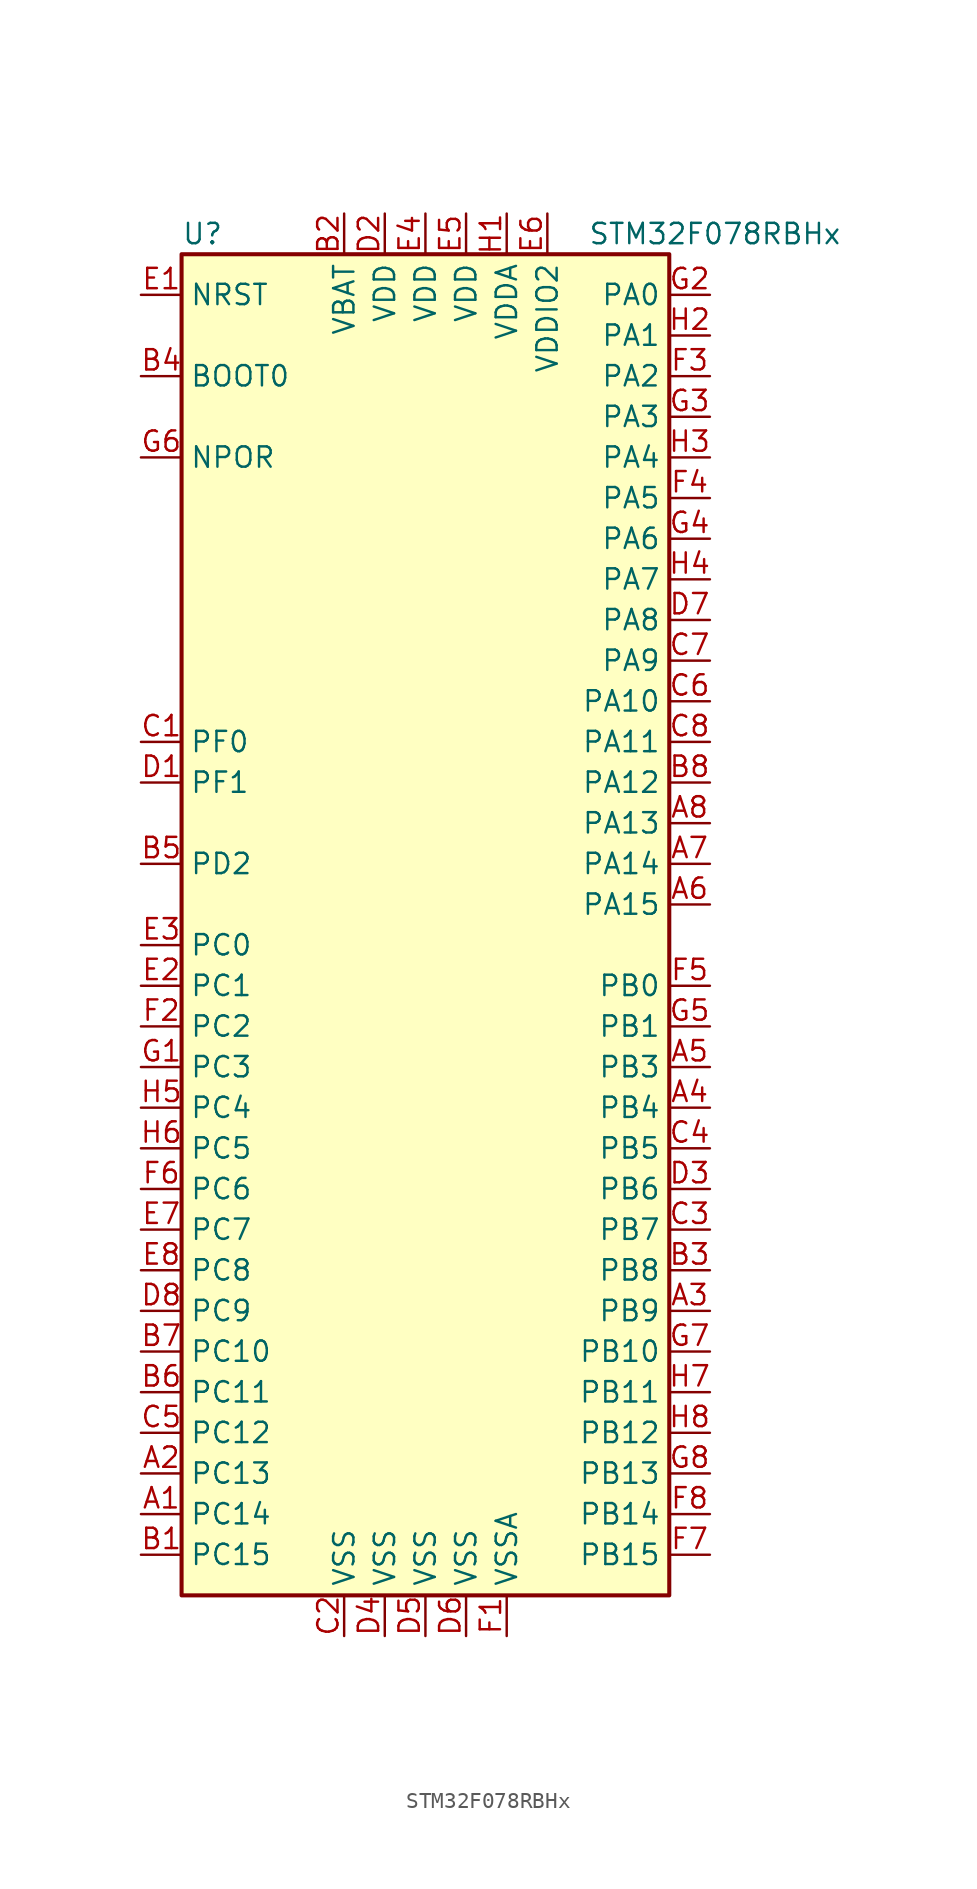
<source format=kicad_sym>
(kicad_symbol_lib
  (version 20201005)
  (generator kicad_symbol_editor)
  (symbol "STM32F078RBHx"
    (property "Reference" "U"
      (at -15.24 41.91 0)
      (effects (font (size 1.27 1.27)) (justify left)))
    (property "Value" "STM32F078RBHx"
      (at 10.16 41.91 0)
      (effects (font (size 1.27 1.27)) (justify left)))
    (symbol "STM32F078RBHx_0_1"
      (rectangle (start -15.24 -43.18) (end 15.24 40.64) (stroke (width 0.254)) (fill (type background))))
    (symbol "STM32F078RBHx_1_1"
      (pin input line (at -17.78 33.02 0) (length 2.54) (name "BOOT0" (effects (font (size 1.27 1.27)))) (number "B4" (effects (font (size 1.27 1.27)))))
      (pin power_in line (at -17.78 27.94 0) (length 2.54) (name "NPOR" (effects (font (size 1.27 1.27)))) (number "G6" (effects (font (size 1.27 1.27)))))
      (pin input line (at -17.78 38.1 0) (length 2.54) (name "NRST" (effects (font (size 1.27 1.27)))) (number "E1" (effects (font (size 1.27 1.27)))))
      (pin bidirectional line (at 17.78 38.1 180) (length 2.54) (name "PA0" (effects (font (size 1.27 1.27)))) (number "G2" (effects (font (size 1.27 1.27)))))
      (pin bidirectional line (at 17.78 35.56 180) (length 2.54) (name "PA1" (effects (font (size 1.27 1.27)))) (number "H2" (effects (font (size 1.27 1.27)))))
      (pin bidirectional line (at 17.78 12.7 180) (length 2.54) (name "PA10" (effects (font (size 1.27 1.27)))) (number "C6" (effects (font (size 1.27 1.27)))))
      (pin bidirectional line (at 17.78 10.16 180) (length 2.54) (name "PA11" (effects (font (size 1.27 1.27)))) (number "C8" (effects (font (size 1.27 1.27)))))
      (pin bidirectional line (at 17.78 7.62 180) (length 2.54) (name "PA12" (effects (font (size 1.27 1.27)))) (number "B8" (effects (font (size 1.27 1.27)))))
      (pin bidirectional line (at 17.78 5.08 180) (length 2.54) (name "PA13" (effects (font (size 1.27 1.27)))) (number "A8" (effects (font (size 1.27 1.27)))))
      (pin bidirectional line (at 17.78 2.54 180) (length 2.54) (name "PA14" (effects (font (size 1.27 1.27)))) (number "A7" (effects (font (size 1.27 1.27)))))
      (pin bidirectional line (at 17.78 0 180) (length 2.54) (name "PA15" (effects (font (size 1.27 1.27)))) (number "A6" (effects (font (size 1.27 1.27)))))
      (pin bidirectional line (at 17.78 33.02 180) (length 2.54) (name "PA2" (effects (font (size 1.27 1.27)))) (number "F3" (effects (font (size 1.27 1.27)))))
      (pin bidirectional line (at 17.78 30.48 180) (length 2.54) (name "PA3" (effects (font (size 1.27 1.27)))) (number "G3" (effects (font (size 1.27 1.27)))))
      (pin bidirectional line (at 17.78 27.94 180) (length 2.54) (name "PA4" (effects (font (size 1.27 1.27)))) (number "H3" (effects (font (size 1.27 1.27)))))
      (pin bidirectional line (at 17.78 25.4 180) (length 2.54) (name "PA5" (effects (font (size 1.27 1.27)))) (number "F4" (effects (font (size 1.27 1.27)))))
      (pin bidirectional line (at 17.78 22.86 180) (length 2.54) (name "PA6" (effects (font (size 1.27 1.27)))) (number "G4" (effects (font (size 1.27 1.27)))))
      (pin bidirectional line (at 17.78 20.32 180) (length 2.54) (name "PA7" (effects (font (size 1.27 1.27)))) (number "H4" (effects (font (size 1.27 1.27)))))
      (pin bidirectional line (at 17.78 17.78 180) (length 2.54) (name "PA8" (effects (font (size 1.27 1.27)))) (number "D7" (effects (font (size 1.27 1.27)))))
      (pin bidirectional line (at 17.78 15.24 180) (length 2.54) (name "PA9" (effects (font (size 1.27 1.27)))) (number "C7" (effects (font (size 1.27 1.27)))))
      (pin bidirectional line (at 17.78 -5.08 180) (length 2.54) (name "PB0" (effects (font (size 1.27 1.27)))) (number "F5" (effects (font (size 1.27 1.27)))))
      (pin bidirectional line (at 17.78 -7.62 180) (length 2.54) (name "PB1" (effects (font (size 1.27 1.27)))) (number "G5" (effects (font (size 1.27 1.27)))))
      (pin bidirectional line (at 17.78 -27.94 180) (length 2.54) (name "PB10" (effects (font (size 1.27 1.27)))) (number "G7" (effects (font (size 1.27 1.27)))))
      (pin bidirectional line (at 17.78 -30.48 180) (length 2.54) (name "PB11" (effects (font (size 1.27 1.27)))) (number "H7" (effects (font (size 1.27 1.27)))))
      (pin bidirectional line (at 17.78 -33.02 180) (length 2.54) (name "PB12" (effects (font (size 1.27 1.27)))) (number "H8" (effects (font (size 1.27 1.27)))))
      (pin bidirectional line (at 17.78 -35.56 180) (length 2.54) (name "PB13" (effects (font (size 1.27 1.27)))) (number "G8" (effects (font (size 1.27 1.27)))))
      (pin bidirectional line (at 17.78 -38.1 180) (length 2.54) (name "PB14" (effects (font (size 1.27 1.27)))) (number "F8" (effects (font (size 1.27 1.27)))))
      (pin bidirectional line (at 17.78 -40.64 180) (length 2.54) (name "PB15" (effects (font (size 1.27 1.27)))) (number "F7" (effects (font (size 1.27 1.27)))))
      (pin bidirectional line (at 17.78 -10.16 180) (length 2.54) (name "PB3" (effects (font (size 1.27 1.27)))) (number "A5" (effects (font (size 1.27 1.27)))))
      (pin bidirectional line (at 17.78 -12.7 180) (length 2.54) (name "PB4" (effects (font (size 1.27 1.27)))) (number "A4" (effects (font (size 1.27 1.27)))))
      (pin bidirectional line (at 17.78 -15.24 180) (length 2.54) (name "PB5" (effects (font (size 1.27 1.27)))) (number "C4" (effects (font (size 1.27 1.27)))))
      (pin bidirectional line (at 17.78 -17.78 180) (length 2.54) (name "PB6" (effects (font (size 1.27 1.27)))) (number "D3" (effects (font (size 1.27 1.27)))))
      (pin bidirectional line (at 17.78 -20.32 180) (length 2.54) (name "PB7" (effects (font (size 1.27 1.27)))) (number "C3" (effects (font (size 1.27 1.27)))))
      (pin bidirectional line (at 17.78 -22.86 180) (length 2.54) (name "PB8" (effects (font (size 1.27 1.27)))) (number "B3" (effects (font (size 1.27 1.27)))))
      (pin bidirectional line (at 17.78 -25.4 180) (length 2.54) (name "PB9" (effects (font (size 1.27 1.27)))) (number "A3" (effects (font (size 1.27 1.27)))))
      (pin bidirectional line (at -17.78 -2.54 0) (length 2.54) (name "PC0" (effects (font (size 1.27 1.27)))) (number "E3" (effects (font (size 1.27 1.27)))))
      (pin bidirectional line (at -17.78 -5.08 0) (length 2.54) (name "PC1" (effects (font (size 1.27 1.27)))) (number "E2" (effects (font (size 1.27 1.27)))))
      (pin bidirectional line (at -17.78 -27.94 0) (length 2.54) (name "PC10" (effects (font (size 1.27 1.27)))) (number "B7" (effects (font (size 1.27 1.27)))))
      (pin bidirectional line (at -17.78 -30.48 0) (length 2.54) (name "PC11" (effects (font (size 1.27 1.27)))) (number "B6" (effects (font (size 1.27 1.27)))))
      (pin bidirectional line (at -17.78 -33.02 0) (length 2.54) (name "PC12" (effects (font (size 1.27 1.27)))) (number "C5" (effects (font (size 1.27 1.27)))))
      (pin bidirectional line (at -17.78 -35.56 0) (length 2.54) (name "PC13" (effects (font (size 1.27 1.27)))) (number "A2" (effects (font (size 1.27 1.27)))))
      (pin bidirectional line (at -17.78 -38.1 0) (length 2.54) (name "PC14" (effects (font (size 1.27 1.27)))) (number "A1" (effects (font (size 1.27 1.27)))))
      (pin bidirectional line (at -17.78 -40.64 0) (length 2.54) (name "PC15" (effects (font (size 1.27 1.27)))) (number "B1" (effects (font (size 1.27 1.27)))))
      (pin bidirectional line (at -17.78 -7.62 0) (length 2.54) (name "PC2" (effects (font (size 1.27 1.27)))) (number "F2" (effects (font (size 1.27 1.27)))))
      (pin bidirectional line (at -17.78 -10.16 0) (length 2.54) (name "PC3" (effects (font (size 1.27 1.27)))) (number "G1" (effects (font (size 1.27 1.27)))))
      (pin bidirectional line (at -17.78 -12.7 0) (length 2.54) (name "PC4" (effects (font (size 1.27 1.27)))) (number "H5" (effects (font (size 1.27 1.27)))))
      (pin bidirectional line (at -17.78 -15.24 0) (length 2.54) (name "PC5" (effects (font (size 1.27 1.27)))) (number "H6" (effects (font (size 1.27 1.27)))))
      (pin bidirectional line (at -17.78 -17.78 0) (length 2.54) (name "PC6" (effects (font (size 1.27 1.27)))) (number "F6" (effects (font (size 1.27 1.27)))))
      (pin bidirectional line (at -17.78 -20.32 0) (length 2.54) (name "PC7" (effects (font (size 1.27 1.27)))) (number "E7" (effects (font (size 1.27 1.27)))))
      (pin bidirectional line (at -17.78 -22.86 0) (length 2.54) (name "PC8" (effects (font (size 1.27 1.27)))) (number "E8" (effects (font (size 1.27 1.27)))))
      (pin bidirectional line (at -17.78 -25.4 0) (length 2.54) (name "PC9" (effects (font (size 1.27 1.27)))) (number "D8" (effects (font (size 1.27 1.27)))))
      (pin bidirectional line (at -17.78 2.54 0) (length 2.54) (name "PD2" (effects (font (size 1.27 1.27)))) (number "B5" (effects (font (size 1.27 1.27)))))
      (pin input line (at -17.78 10.16 0) (length 2.54) (name "PF0" (effects (font (size 1.27 1.27)))) (number "C1" (effects (font (size 1.27 1.27)))))
      (pin input line (at -17.78 7.62 0) (length 2.54) (name "PF1" (effects (font (size 1.27 1.27)))) (number "D1" (effects (font (size 1.27 1.27)))))
      (pin power_in line (at -5.08 43.18 270) (length 2.54) (name "VBAT" (effects (font (size 1.27 1.27)))) (number "B2" (effects (font (size 1.27 1.27)))))
      (pin power_in line (at -2.54 43.18 270) (length 2.54) (name "VDD" (effects (font (size 1.27 1.27)))) (number "D2" (effects (font (size 1.27 1.27)))))
      (pin power_in line (at 0 43.18 270) (length 2.54) (name "VDD" (effects (font (size 1.27 1.27)))) (number "E4" (effects (font (size 1.27 1.27)))))
      (pin power_in line (at 2.54 43.18 270) (length 2.54) (name "VDD" (effects (font (size 1.27 1.27)))) (number "E5" (effects (font (size 1.27 1.27)))))
      (pin power_in line (at 5.08 43.18 270) (length 2.54) (name "VDDA" (effects (font (size 1.27 1.27)))) (number "H1" (effects (font (size 1.27 1.27)))))
      (pin power_in line (at 7.62 43.18 270) (length 2.54) (name "VDDIO2" (effects (font (size 1.27 1.27)))) (number "E6" (effects (font (size 1.27 1.27)))))
      (pin power_in line (at -5.08 -45.72 90) (length 2.54) (name "VSS" (effects (font (size 1.27 1.27)))) (number "C2" (effects (font (size 1.27 1.27)))))
      (pin power_in line (at -2.54 -45.72 90) (length 2.54) (name "VSS" (effects (font (size 1.27 1.27)))) (number "D4" (effects (font (size 1.27 1.27)))))
      (pin power_in line (at 0 -45.72 90) (length 2.54) (name "VSS" (effects (font (size 1.27 1.27)))) (number "D5" (effects (font (size 1.27 1.27)))))
      (pin power_in line (at 2.54 -45.72 90) (length 2.54) (name "VSS" (effects (font (size 1.27 1.27)))) (number "D6" (effects (font (size 1.27 1.27)))))
      (pin power_in line (at 5.08 -45.72 90) (length 2.54) (name "VSSA" (effects (font (size 1.27 1.27)))) (number "F1" (effects (font (size 1.27 1.27))))))))
</source>
